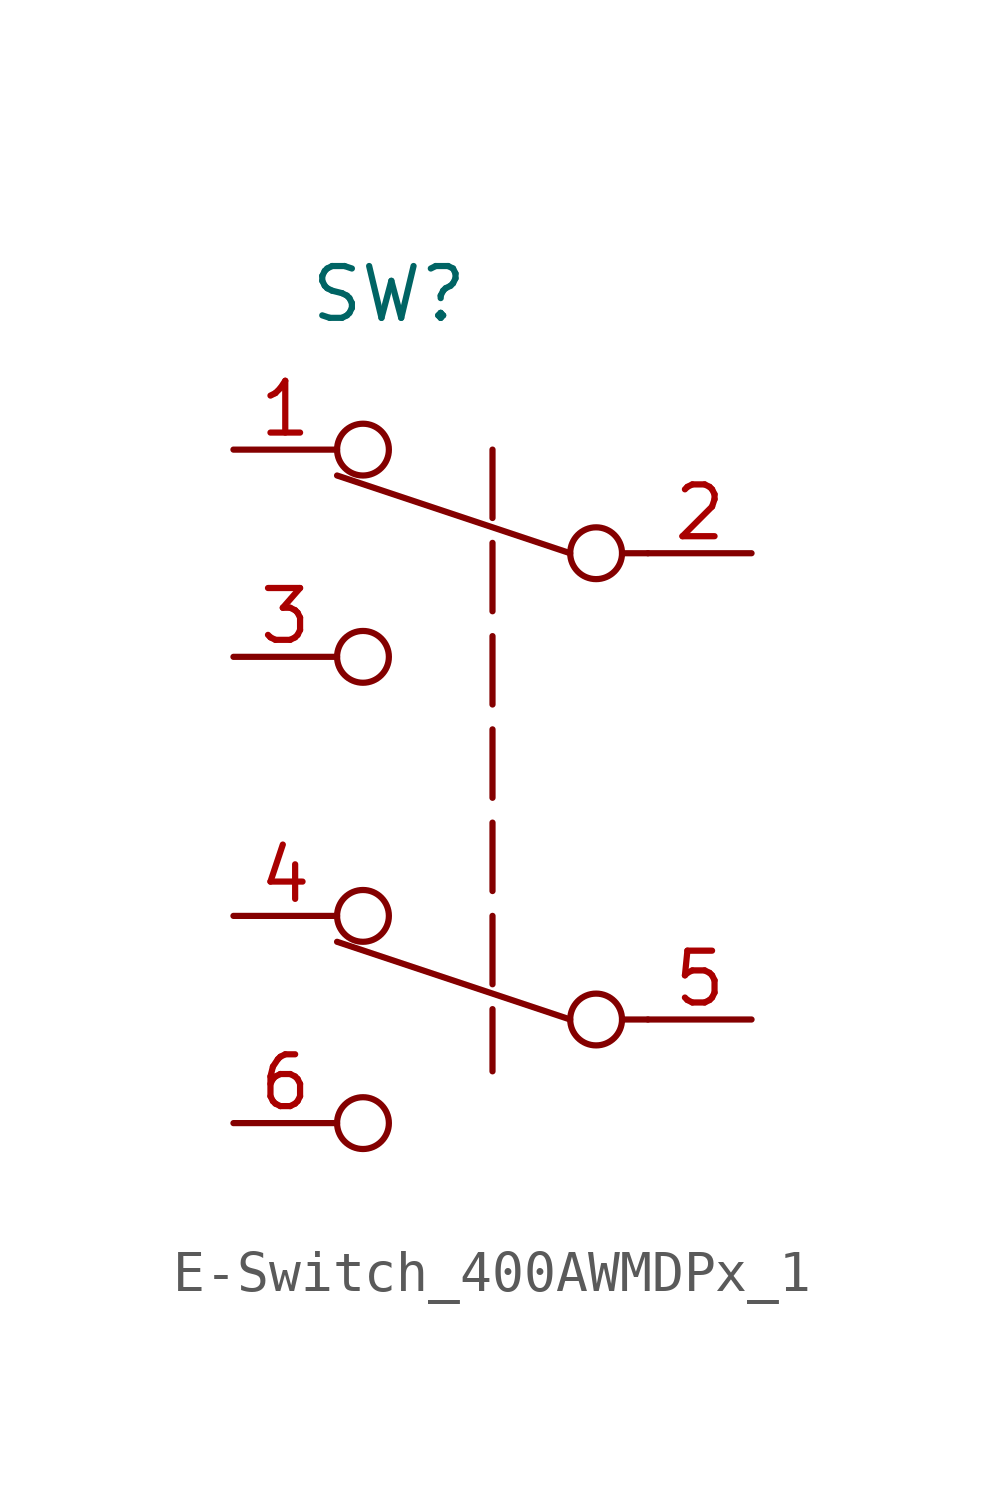
<source format=kicad_sym>
(kicad_symbol_lib
  (version 20220914)
  (generator kicad_symbol_editor)
  (symbol "E-Switch_400AWMDPx_1"
    (property "Reference" "SW"
      (at 0 0 0)
      (effects (font (size 1.27 1.27))))
    (property "Value" ""
      (at 0 0 0)
      (effects (font (size 1.27 1.27))))
    (symbol "E-Switch_400AWMDPx_1_0_1"
      (circle (center -0.635 -20.32) (radius 0.635) (stroke (width 0) (type default)) (fill (type none)))
      (circle (center -0.635 -15.24) (radius 0.635) (stroke (width 0) (type default)) (fill (type none)))
      (circle (center -0.635 -8.89) (radius 0.635) (stroke (width 0) (type default)) (fill (type none)))
      (circle (center -0.635 -3.81) (radius 0.635) (stroke (width 0) (type default)) (fill (type none)))
      (polyline (pts (xy 4.445 -17.78) (xy -1.27 -15.875)) (stroke (width 0) (type default)) (fill (type none)))
      (polyline (pts (xy 4.445 -6.35) (xy -1.27 -4.445)) (stroke (width 0) (type default)) (fill (type none)))
      (circle (center 5.08 -17.78) (radius 0.635) (stroke (width 0) (type default)) (fill (type none)))
      (circle (center 5.08 -6.35) (radius 0.635) (stroke (width 0) (type default)) (fill (type none))))
    (symbol "E-Switch_400AWMDPx_1_1_1"
      (polyline (pts (xy 2.54 -3.81) (xy 2.54 -19.05)) (stroke (width 0) (type dash)) (fill (type none)))
      (polyline (pts (xy 5.715 -17.78) (xy 6.35 -17.78)) (stroke (width 0) (type default)) (fill (type none)))
      (polyline (pts (xy 5.715 -6.35) (xy 6.35 -6.35)) (stroke (width 0) (type default)) (fill (type none)))
      (pin bidirectional line (at -3.81 -3.81 0) (length 2.54) (name "" (effects (font (size 1.27 1.27)))) (number "1" (effects (font (size 1.27 1.27)))))
      (pin bidirectional line (at 8.89 -6.35 180) (length 2.54) (name "" (effects (font (size 1.27 1.27)))) (number "2" (effects (font (size 1.27 1.27)))))
      (pin bidirectional line (at -3.81 -8.89 0) (length 2.54) (name "" (effects (font (size 1.27 1.27)))) (number "3" (effects (font (size 1.27 1.27)))))
      (pin bidirectional line (at -3.81 -15.24 0) (length 2.54) (name "" (effects (font (size 1.27 1.27)))) (number "4" (effects (font (size 1.27 1.27)))))
      (pin bidirectional line (at 8.89 -17.78 180) (length 2.54) (name "" (effects (font (size 1.27 1.27)))) (number "5" (effects (font (size 1.27 1.27)))))
      (pin bidirectional line (at -3.81 -20.32 0) (length 2.54) (name "" (effects (font (size 1.27 1.27)))) (number "6" (effects (font (size 1.27 1.27))))))))
</source>
